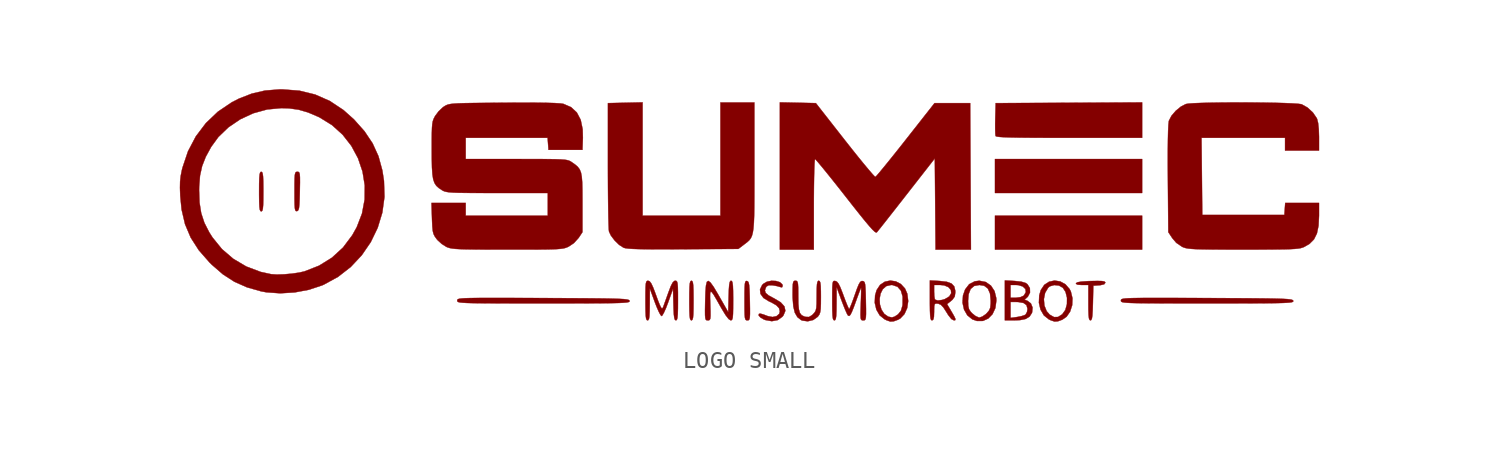
<source format=kicad_sym>
(kicad_symbol_lib
  (version 20220914)
  (generator kicad_symbol_editor)
  (symbol "LOGO SMALL"
    (pin_names
      (offset 1.016))
    (property "Reference" "#G"
      (at 0 10.626 0)
      (effects (font (size 1.27 1.27)) hide))
    (symbol "LOGO SMALL_0_0"
      (polyline (pts (xy 24.892 -0.762) (xy 24.892 0.254) (xy 20.489 0.254) (xy 16.087 0.254) (xy 16.087 -0.762) (xy 16.087 -1.778) (xy 20.489 -1.778) (xy 24.892 -1.778) (xy 24.892 -0.762)) (stroke (width 0.01) (type default)) (fill (type outline)))
      (polyline (pts (xy 24.892 2.625) (xy 24.892 3.641) (xy 20.489 3.641) (xy 16.087 3.641) (xy 16.087 2.625) (xy 16.087 1.609) (xy 20.489 1.609) (xy 24.892 1.609) (xy 24.892 2.625)) (stroke (width 0.01) (type default)) (fill (type outline)))
      (polyline (pts (xy 24.892 5.97) (xy 24.892 7.029) (xy 20.511 7.007) (xy 16.129 6.985) (xy 16.105 6.059) (xy 16.099 5.749) (xy 16.1 5.404) (xy 16.108 5.148) (xy 16.123 5.022) (xy 16.146 5.002) (xy 16.231 4.98) (xy 16.387 4.961) (xy 16.629 4.946) (xy 16.966 4.934) (xy 17.413 4.925) (xy 17.98 4.918) (xy 18.681 4.914) (xy 19.526 4.911) (xy 20.529 4.911) (xy 24.892 4.911) (xy 24.892 5.97)) (stroke (width 0.01) (type default)) (fill (type outline)))
      (polyline (pts (xy -27.793 0.511) (xy -27.747 0.554) (xy -27.717 0.67) (xy -27.698 0.882) (xy -27.689 1.215) (xy -27.686 1.693) (xy -27.686 1.881) (xy -27.691 2.305) (xy -27.703 2.592) (xy -27.726 2.768) (xy -27.762 2.855) (xy -27.813 2.879) (xy -27.833 2.876) (xy -27.878 2.833) (xy -27.909 2.717) (xy -27.928 2.504) (xy -27.938 2.171) (xy -27.94 1.693) (xy -27.94 1.506) (xy -27.935 1.082) (xy -27.923 0.794) (xy -27.9 0.619) (xy -27.864 0.532) (xy -27.813 0.508) (xy -27.793 0.511)) (stroke (width 0.01) (type default)) (fill (type outline)))
      (polyline (pts (xy -2.054 -6.009) (xy -2.009 -5.965) (xy -1.978 -5.849) (xy -1.959 -5.637) (xy -1.95 -5.304) (xy -1.947 -4.826) (xy -1.948 -4.638) (xy -1.952 -4.214) (xy -1.965 -3.927) (xy -1.987 -3.752) (xy -2.023 -3.664) (xy -2.074 -3.641) (xy -2.095 -3.643) (xy -2.14 -3.687) (xy -2.171 -3.803) (xy -2.189 -4.015) (xy -2.199 -4.348) (xy -2.201 -4.826) (xy -2.201 -5.014) (xy -2.196 -5.438) (xy -2.184 -5.725) (xy -2.161 -5.9) (xy -2.126 -5.988) (xy -2.074 -6.011) (xy -2.054 -6.009)) (stroke (width 0.01) (type default)) (fill (type outline)))
      (polyline (pts (xy -25.636 0.538) (xy -25.587 0.593) (xy -25.553 0.712) (xy -25.53 0.921) (xy -25.515 1.247) (xy -25.503 1.716) (xy -25.502 1.809) (xy -25.494 2.246) (xy -25.496 2.544) (xy -25.509 2.73) (xy -25.537 2.83) (xy -25.583 2.871) (xy -25.652 2.879) (xy -25.668 2.878) (xy -25.731 2.865) (xy -25.774 2.812) (xy -25.801 2.694) (xy -25.816 2.484) (xy -25.822 2.158) (xy -25.823 1.687) (xy -25.822 1.248) (xy -25.816 0.91) (xy -25.801 0.694) (xy -25.775 0.574) (xy -25.734 0.526) (xy -25.675 0.524) (xy -25.636 0.538)) (stroke (width 0.01) (type default)) (fill (type outline)))
      (polyline (pts (xy 1.286 -6.011) (xy 1.35 -6) (xy 1.393 -5.95) (xy 1.419 -5.836) (xy 1.429 -5.633) (xy 1.429 -5.312) (xy 1.421 -4.848) (xy 1.413 -4.538) (xy 1.4 -4.161) (xy 1.381 -3.911) (xy 1.351 -3.761) (xy 1.309 -3.685) (xy 1.249 -3.657) (xy 1.194 -3.657) (xy 1.152 -3.701) (xy 1.125 -3.814) (xy 1.109 -4.021) (xy 1.102 -4.348) (xy 1.101 -4.82) (xy 1.101 -4.934) (xy 1.103 -5.371) (xy 1.11 -5.671) (xy 1.127 -5.859) (xy 1.157 -5.961) (xy 1.205 -6.003) (xy 1.272 -6.011) (xy 1.286 -6.011)) (stroke (width 0.01) (type default)) (fill (type outline)))
      (polyline (pts (xy 21.844 -5.993) (xy 21.886 -5.905) (xy 21.914 -5.723) (xy 21.933 -5.421) (xy 21.947 -4.974) (xy 21.971 -3.937) (xy 22.331 -3.911) (xy 22.406 -3.904) (xy 22.622 -3.853) (xy 22.691 -3.76) (xy 22.685 -3.729) (xy 22.627 -3.683) (xy 22.484 -3.659) (xy 22.227 -3.652) (xy 21.83 -3.659) (xy 21.645 -3.665) (xy 21.257 -3.692) (xy 21.024 -3.732) (xy 20.934 -3.789) (xy 20.934 -3.826) (xy 21.035 -3.878) (xy 21.287 -3.895) (xy 21.675 -3.895) (xy 21.675 -4.953) (xy 21.677 -5.383) (xy 21.688 -5.696) (xy 21.71 -5.888) (xy 21.746 -5.985) (xy 21.799 -6.011) (xy 21.844 -5.993)) (stroke (width 0.01) (type default)) (fill (type outline)))
      (polyline (pts (xy 19.851 -6.068) (xy 20.114 -5.972) (xy 20.372 -5.794) (xy 20.584 -5.486) (xy 20.706 -5.104) (xy 20.724 -4.69) (xy 20.627 -4.287) (xy 20.552 -4.139) (xy 20.303 -3.853) (xy 19.992 -3.683) (xy 19.654 -3.631) (xy 19.324 -3.699) (xy 19.037 -3.888) (xy 18.829 -4.199) (xy 18.735 -4.519) (xy 18.726 -4.743) (xy 19.012 -4.743) (xy 19.086 -4.368) (xy 19.271 -4.054) (xy 19.374 -3.973) (xy 19.633 -3.899) (xy 19.916 -3.929) (xy 20.148 -4.062) (xy 20.309 -4.308) (xy 20.398 -4.66) (xy 20.394 -5.039) (xy 20.298 -5.387) (xy 20.112 -5.649) (xy 19.86 -5.809) (xy 19.622 -5.816) (xy 19.36 -5.668) (xy 19.182 -5.467) (xy 19.045 -5.127) (xy 19.012 -4.743) (xy 18.726 -4.743) (xy 18.716 -4.959) (xy 18.812 -5.37) (xy 19.012 -5.713) (xy 19.304 -5.948) (xy 19.441 -6.013) (xy 19.654 -6.082) (xy 19.851 -6.068)) (stroke (width 0.01) (type default)) (fill (type outline)))
      (polyline (pts (xy 10.024 -6.07) (xy 10.284 -5.976) (xy 10.423 -5.899) (xy 10.672 -5.636) (xy 10.834 -5.276) (xy 10.896 -4.858) (xy 10.843 -4.422) (xy 10.706 -4.108) (xy 10.46 -3.84) (xy 10.154 -3.679) (xy 9.822 -3.631) (xy 9.497 -3.699) (xy 9.215 -3.887) (xy 9.008 -4.199) (xy 8.914 -4.519) (xy 8.905 -4.731) (xy 9.184 -4.731) (xy 9.24 -4.416) (xy 9.372 -4.149) (xy 9.582 -3.964) (xy 9.87 -3.895) (xy 9.951 -3.898) (xy 10.254 -4) (xy 10.46 -4.233) (xy 10.563 -4.59) (xy 10.56 -5.061) (xy 10.551 -5.131) (xy 10.463 -5.433) (xy 10.291 -5.649) (xy 10.274 -5.662) (xy 10.081 -5.788) (xy 9.922 -5.836) (xy 9.702 -5.79) (xy 9.463 -5.623) (xy 9.296 -5.368) (xy 9.203 -5.059) (xy 9.184 -4.731) (xy 8.905 -4.731) (xy 8.895 -4.959) (xy 8.991 -5.37) (xy 9.19 -5.713) (xy 9.483 -5.948) (xy 9.609 -6.008) (xy 9.827 -6.082) (xy 10.024 -6.07)) (stroke (width 0.01) (type default)) (fill (type outline)))
      (polyline (pts (xy 15.367 -6.045) (xy 15.685 -5.903) (xy 15.94 -5.641) (xy 16.11 -5.275) (xy 16.171 -4.825) (xy 16.165 -4.681) (xy 16.061 -4.261) (xy 15.845 -3.932) (xy 15.536 -3.717) (xy 15.155 -3.641) (xy 14.879 -3.675) (xy 14.545 -3.847) (xy 14.302 -4.162) (xy 14.174 -4.524) (xy 14.153 -4.844) (xy 14.478 -4.844) (xy 14.511 -4.445) (xy 14.631 -4.133) (xy 14.843 -3.953) (xy 15.155 -3.895) (xy 15.44 -3.941) (xy 15.662 -4.109) (xy 15.791 -4.406) (xy 15.833 -4.844) (xy 15.83 -5.025) (xy 15.803 -5.262) (xy 15.728 -5.43) (xy 15.585 -5.595) (xy 15.535 -5.642) (xy 15.329 -5.785) (xy 15.155 -5.842) (xy 15.116 -5.838) (xy 14.926 -5.753) (xy 14.726 -5.595) (xy 14.637 -5.501) (xy 14.535 -5.343) (xy 14.489 -5.145) (xy 14.478 -4.844) (xy 14.153 -4.844) (xy 14.146 -4.957) (xy 14.236 -5.365) (xy 14.434 -5.71) (xy 14.732 -5.951) (xy 15.01 -6.048) (xy 15.367 -6.045)) (stroke (width 0.01) (type default)) (fill (type outline)))
      (polyline (pts (xy -3.459 -1.759) (xy -2.576 -1.755) (xy 0.733 -1.736) (xy 1.051 -1.493) (xy 1.158 -1.413) (xy 1.286 -1.312) (xy 1.392 -1.213) (xy 1.478 -1.098) (xy 1.546 -0.953) (xy 1.598 -0.762) (xy 1.636 -0.51) (xy 1.662 -0.181) (xy 1.679 0.24) (xy 1.688 0.768) (xy 1.692 1.42) (xy 1.693 2.21) (xy 1.693 3.154) (xy 1.693 7.027) (xy 0.677 7.027) (xy -0.339 7.027) (xy -0.339 3.641) (xy -0.339 0.254) (xy -2.667 0.254) (xy -4.995 0.254) (xy -4.995 3.643) (xy -4.995 7.032) (xy -6.032 7.009) (xy -7.07 6.985) (xy -7.07 3.26) (xy -7.069 2.741) (xy -7.066 1.983) (xy -7.06 1.283) (xy -7.052 0.659) (xy -7.043 0.131) (xy -7.031 -0.283) (xy -7.019 -0.566) (xy -7.005 -0.697) (xy -6.892 -0.936) (xy -6.672 -1.228) (xy -6.404 -1.49) (xy -6.14 -1.661) (xy -6.133 -1.665) (xy -6.024 -1.694) (xy -5.849 -1.717) (xy -5.593 -1.735) (xy -5.24 -1.748) (xy -4.777 -1.756) (xy -4.188 -1.759) (xy -3.459 -1.759)) (stroke (width 0.01) (type default)) (fill (type outline)))
      (polyline (pts (xy 3.089 -5.995) (xy 3.365 -5.798) (xy 3.433 -5.713) (xy 3.546 -5.439) (xy 3.49 -5.178) (xy 3.267 -4.931) (xy 2.874 -4.697) (xy 2.857 -4.689) (xy 2.542 -4.519) (xy 2.369 -4.372) (xy 2.321 -4.224) (xy 2.378 -4.05) (xy 2.424 -3.981) (xy 2.553 -3.91) (xy 2.78 -3.915) (xy 2.806 -3.918) (xy 3.055 -3.963) (xy 3.239 -4.017) (xy 3.344 -4.039) (xy 3.387 -3.949) (xy 3.362 -3.855) (xy 3.219 -3.727) (xy 2.986 -3.655) (xy 2.712 -3.644) (xy 2.444 -3.699) (xy 2.228 -3.825) (xy 2.155 -3.902) (xy 2.028 -4.164) (xy 2.058 -4.428) (xy 2.236 -4.671) (xy 2.556 -4.869) (xy 2.721 -4.944) (xy 3.012 -5.114) (xy 3.17 -5.284) (xy 3.217 -5.476) (xy 3.179 -5.621) (xy 3.019 -5.76) (xy 2.777 -5.812) (xy 2.498 -5.758) (xy 2.224 -5.655) (xy 2.049 -5.608) (xy 1.968 -5.622) (xy 1.947 -5.696) (xy 1.955 -5.727) (xy 2.065 -5.846) (xy 2.265 -5.96) (xy 2.346 -5.991) (xy 2.736 -6.061) (xy 3.089 -5.995)) (stroke (width 0.01) (type default)) (fill (type outline)))
      (polyline (pts (xy -1.043 -6.009) (xy -0.982 -5.985) (xy -0.946 -5.909) (xy -0.931 -5.752) (xy -0.932 -5.484) (xy -0.945 -5.077) (xy -0.947 -5.023) (xy -0.958 -4.649) (xy -0.956 -4.406) (xy -0.927 -4.294) (xy -0.86 -4.318) (xy -0.743 -4.48) (xy -0.565 -4.782) (xy -0.314 -5.228) (xy -0.273 -5.299) (xy -0.032 -5.695) (xy 0.151 -5.932) (xy 0.275 -6.011) (xy 0.326 -6.002) (xy 0.369 -5.952) (xy 0.398 -5.835) (xy 0.414 -5.625) (xy 0.421 -5.297) (xy 0.423 -4.826) (xy 0.423 -4.677) (xy 0.419 -4.24) (xy 0.407 -3.942) (xy 0.384 -3.759) (xy 0.349 -3.666) (xy 0.299 -3.641) (xy 0.267 -3.648) (xy 0.22 -3.717) (xy 0.187 -3.878) (xy 0.166 -4.157) (xy 0.151 -4.579) (xy 0.127 -5.518) (xy -0.411 -4.575) (xy -0.505 -4.411) (xy -0.748 -4.005) (xy -0.93 -3.751) (xy -1.061 -3.65) (xy -1.149 -3.707) (xy -1.203 -3.923) (xy -1.234 -4.303) (xy -1.251 -4.848) (xy -1.254 -4.997) (xy -1.261 -5.417) (xy -1.259 -5.701) (xy -1.245 -5.876) (xy -1.215 -5.969) (xy -1.166 -6.005) (xy -1.094 -6.011) (xy -1.043 -6.009)) (stroke (width 0.01) (type default)) (fill (type outline)))
      (polyline (pts (xy 5.216 -5.988) (xy 5.482 -5.798) (xy 5.506 -5.769) (xy 5.582 -5.659) (xy 5.63 -5.524) (xy 5.658 -5.328) (xy 5.67 -5.035) (xy 5.673 -4.61) (xy 5.671 -4.269) (xy 5.661 -3.955) (xy 5.639 -3.763) (xy 5.601 -3.667) (xy 5.546 -3.641) (xy 5.512 -3.648) (xy 5.465 -3.711) (xy 5.437 -3.861) (xy 5.423 -4.127) (xy 5.419 -4.534) (xy 5.418 -4.657) (xy 5.414 -5.02) (xy 5.398 -5.262) (xy 5.362 -5.421) (xy 5.299 -5.535) (xy 5.203 -5.642) (xy 5.143 -5.699) (xy 4.958 -5.81) (xy 4.758 -5.803) (xy 4.673 -5.779) (xy 4.518 -5.702) (xy 4.416 -5.569) (xy 4.355 -5.353) (xy 4.325 -5.024) (xy 4.318 -4.556) (xy 4.318 -4.405) (xy 4.314 -4.051) (xy 4.3 -3.827) (xy 4.272 -3.704) (xy 4.223 -3.652) (xy 4.149 -3.641) (xy 4.146 -3.641) (xy 4.069 -3.653) (xy 4.02 -3.711) (xy 3.993 -3.845) (xy 3.982 -4.087) (xy 3.979 -4.466) (xy 3.982 -4.66) (xy 4.021 -5.175) (xy 4.113 -5.554) (xy 4.266 -5.819) (xy 4.487 -5.992) (xy 4.558 -6.023) (xy 4.885 -6.068) (xy 5.216 -5.988)) (stroke (width 0.01) (type default)) (fill (type outline)))
      (polyline (pts (xy 17.59 -5.996) (xy 17.928 -5.926) (xy 18.154 -5.789) (xy 18.294 -5.573) (xy 18.309 -5.535) (xy 18.337 -5.248) (xy 18.238 -4.999) (xy 18.03 -4.841) (xy 17.855 -4.776) (xy 18.029 -4.619) (xy 18.057 -4.591) (xy 18.184 -4.349) (xy 18.174 -4.08) (xy 18.028 -3.847) (xy 17.909 -3.769) (xy 17.654 -3.695) (xy 17.266 -3.655) (xy 16.679 -3.622) (xy 16.679 -4.657) (xy 17.018 -4.657) (xy 17.018 -4.276) (xy 17.018 -3.895) (xy 17.351 -3.895) (xy 17.48 -3.902) (xy 17.747 -3.983) (xy 17.906 -4.132) (xy 17.936 -4.321) (xy 17.816 -4.524) (xy 17.803 -4.536) (xy 17.613 -4.622) (xy 17.351 -4.657) (xy 17.018 -4.657) (xy 16.679 -4.657) (xy 16.679 -4.816) (xy 16.679 -5.865) (xy 17.018 -5.865) (xy 17.018 -5.388) (xy 17.018 -4.911) (xy 17.362 -4.911) (xy 17.473 -4.913) (xy 17.793 -4.969) (xy 17.976 -5.104) (xy 18.034 -5.327) (xy 18.004 -5.512) (xy 17.92 -5.662) (xy 17.872 -5.691) (xy 17.673 -5.759) (xy 17.412 -5.811) (xy 17.018 -5.865) (xy 16.679 -5.865) (xy 16.679 -6.011) (xy 17.226 -6.011) (xy 17.59 -5.996)) (stroke (width 0.01) (type default)) (fill (type outline)))
      (polyline (pts (xy -10.1 -4.995) (xy -9.154 -4.995) (xy -8.355 -4.993) (xy -7.692 -4.99) (xy -7.152 -4.986) (xy -6.723 -4.979) (xy -6.391 -4.97) (xy -6.146 -4.958) (xy -5.974 -4.944) (xy -5.863 -4.926) (xy -5.801 -4.904) (xy -5.775 -4.878) (xy -5.774 -4.847) (xy -5.78 -4.828) (xy -5.807 -4.8) (xy -5.866 -4.776) (xy -5.969 -4.756) (xy -6.129 -4.739) (xy -6.357 -4.726) (xy -6.667 -4.715) (xy -7.072 -4.705) (xy -7.583 -4.698) (xy -8.213 -4.692) (xy -8.975 -4.687) (xy -9.881 -4.682) (xy -10.944 -4.677) (xy -11.373 -4.675) (xy -12.372 -4.671) (xy -13.218 -4.669) (xy -13.925 -4.668) (xy -14.505 -4.668) (xy -14.971 -4.672) (xy -15.335 -4.678) (xy -15.61 -4.686) (xy -15.807 -4.699) (xy -15.941 -4.715) (xy -16.024 -4.736) (xy -16.067 -4.761) (xy -16.084 -4.79) (xy -16.087 -4.825) (xy -16.086 -4.84) (xy -16.079 -4.873) (xy -16.053 -4.901) (xy -15.995 -4.924) (xy -15.892 -4.943) (xy -15.733 -4.958) (xy -15.505 -4.971) (xy -15.195 -4.98) (xy -14.79 -4.986) (xy -14.279 -4.99) (xy -13.648 -4.993) (xy -12.886 -4.995) (xy -11.979 -4.995) (xy -10.916 -4.995) (xy -10.1 -4.995)) (stroke (width 0.01) (type default)) (fill (type outline)))
      (polyline (pts (xy 29.608 -4.995) (xy 30.555 -4.995) (xy 31.353 -4.993) (xy 32.016 -4.99) (xy 32.556 -4.986) (xy 32.986 -4.979) (xy 33.318 -4.97) (xy 33.563 -4.958) (xy 33.735 -4.944) (xy 33.846 -4.926) (xy 33.908 -4.904) (xy 33.934 -4.878) (xy 33.935 -4.847) (xy 33.929 -4.828) (xy 33.901 -4.8) (xy 33.842 -4.776) (xy 33.739 -4.756) (xy 33.58 -4.739) (xy 33.352 -4.726) (xy 33.041 -4.715) (xy 32.637 -4.705) (xy 32.126 -4.698) (xy 31.496 -4.692) (xy 30.734 -4.687) (xy 29.827 -4.682) (xy 28.764 -4.677) (xy 28.335 -4.675) (xy 27.337 -4.671) (xy 26.491 -4.669) (xy 25.784 -4.668) (xy 25.204 -4.668) (xy 24.738 -4.672) (xy 24.374 -4.678) (xy 24.099 -4.686) (xy 23.901 -4.699) (xy 23.767 -4.715) (xy 23.685 -4.736) (xy 23.642 -4.761) (xy 23.625 -4.79) (xy 23.622 -4.825) (xy 23.622 -4.84) (xy 23.629 -4.873) (xy 23.656 -4.901) (xy 23.714 -4.924) (xy 23.816 -4.943) (xy 23.975 -4.958) (xy 24.204 -4.971) (xy 24.514 -4.98) (xy 24.919 -4.986) (xy 25.43 -4.99) (xy 26.06 -4.993) (xy 26.823 -4.995) (xy 27.729 -4.995) (xy 28.793 -4.995) (xy 29.608 -4.995)) (stroke (width 0.01) (type default)) (fill (type outline)))
      (polyline (pts (xy 13.637 -6.011) (xy 13.713 -5.996) (xy 13.722 -5.93) (xy 13.656 -5.783) (xy 13.508 -5.524) (xy 13.22 -5.038) (xy 13.468 -4.841) (xy 13.542 -4.778) (xy 13.68 -4.586) (xy 13.716 -4.325) (xy 13.713 -4.242) (xy 13.651 -3.983) (xy 13.489 -3.809) (xy 13.205 -3.705) (xy 12.778 -3.655) (xy 12.192 -3.622) (xy 12.192 -3.895) (xy 12.446 -3.895) (xy 12.821 -3.895) (xy 13.047 -3.917) (xy 13.305 -4.025) (xy 13.449 -4.193) (xy 13.469 -4.388) (xy 13.354 -4.58) (xy 13.095 -4.736) (xy 12.924 -4.79) (xy 12.664 -4.823) (xy 12.502 -4.77) (xy 12.484 -4.729) (xy 12.457 -4.555) (xy 12.446 -4.304) (xy 12.446 -3.895) (xy 12.192 -3.895) (xy 12.192 -4.816) (xy 12.192 -5.017) (xy 12.197 -5.44) (xy 12.21 -5.726) (xy 12.232 -5.901) (xy 12.268 -5.988) (xy 12.319 -6.011) (xy 12.336 -6.01) (xy 12.402 -5.955) (xy 12.436 -5.795) (xy 12.446 -5.498) (xy 12.446 -5.423) (xy 12.452 -5.172) (xy 12.48 -5.045) (xy 12.548 -5.004) (xy 12.674 -5.011) (xy 12.699 -5.014) (xy 12.851 -5.08) (xy 13.003 -5.239) (xy 13.186 -5.524) (xy 13.289 -5.691) (xy 13.48 -5.932) (xy 13.633 -6.011) (xy 13.637 -6.011)) (stroke (width 0.01) (type default)) (fill (type outline)))
      (polyline (pts (xy 5.249 0.931) (xy 5.25 1.314) (xy 5.255 1.942) (xy 5.263 2.5) (xy 5.274 2.969) (xy 5.288 3.329) (xy 5.304 3.559) (xy 5.321 3.641) (xy 5.362 3.605) (xy 5.497 3.452) (xy 5.715 3.192) (xy 6.002 2.84) (xy 6.346 2.413) (xy 6.734 1.924) (xy 7.154 1.391) (xy 7.592 0.832) (xy 8 0.318) (xy 8.324 -0.082) (xy 8.574 -0.378) (xy 8.758 -0.582) (xy 8.887 -0.704) (xy 8.97 -0.755) (xy 9.017 -0.747) (xy 9.047 -0.71) (xy 9.176 -0.55) (xy 9.388 -0.283) (xy 9.67 0.075) (xy 10.009 0.506) (xy 10.391 0.994) (xy 10.804 1.522) (xy 12.488 3.678) (xy 12.511 0.95) (xy 12.533 -1.778) (xy 13.591 -1.778) (xy 14.649 -1.778) (xy 14.627 2.603) (xy 14.605 6.985) (xy 13.538 6.985) (xy 12.471 6.985) (xy 10.744 4.789) (xy 10.468 4.439) (xy 10.07 3.939) (xy 9.712 3.493) (xy 9.406 3.118) (xy 9.165 2.828) (xy 9.003 2.64) (xy 8.932 2.571) (xy 8.893 2.598) (xy 8.758 2.741) (xy 8.542 2.992) (xy 8.255 3.335) (xy 7.913 3.755) (xy 7.527 4.237) (xy 7.109 4.766) (xy 5.371 6.985) (xy 4.294 7.009) (xy 3.217 7.032) (xy 3.217 2.627) (xy 3.217 -1.778) (xy 4.233 -1.778) (xy 5.249 -1.778) (xy 5.249 0.931)) (stroke (width 0.01) (type default)) (fill (type outline)))
      (polyline (pts (xy -2.987 -6.01) (xy -2.942 -5.968) (xy -2.91 -5.853) (xy -2.891 -5.64) (xy -2.881 -5.306) (xy -2.879 -4.826) (xy -2.879 -4.803) (xy -2.88 -4.34) (xy -2.887 -4.019) (xy -2.903 -3.815) (xy -2.932 -3.701) (xy -2.976 -3.651) (xy -3.039 -3.641) (xy -3.099 -3.654) (xy -3.196 -3.748) (xy -3.303 -3.954) (xy -3.435 -4.297) (xy -3.461 -4.369) (xy -3.58 -4.702) (xy -3.682 -4.985) (xy -3.746 -5.165) (xy -3.788 -5.264) (xy -3.834 -5.3) (xy -3.89 -5.246) (xy -3.969 -5.086) (xy -4.082 -4.801) (xy -4.238 -4.373) (xy -4.363 -4.045) (xy -4.476 -3.803) (xy -4.571 -3.677) (xy -4.665 -3.641) (xy -4.668 -3.641) (xy -4.731 -3.653) (xy -4.775 -3.704) (xy -4.803 -3.821) (xy -4.818 -4.03) (xy -4.825 -4.356) (xy -4.826 -4.826) (xy -4.826 -5.014) (xy -4.821 -5.438) (xy -4.809 -5.725) (xy -4.786 -5.9) (xy -4.75 -5.988) (xy -4.699 -6.011) (xy -4.657 -5.999) (xy -4.614 -5.925) (xy -4.587 -5.761) (xy -4.573 -5.481) (xy -4.567 -5.059) (xy -4.562 -4.106) (xy -4.261 -4.932) (xy -4.163 -5.186) (xy -4.035 -5.481) (xy -3.928 -5.683) (xy -3.859 -5.757) (xy -3.815 -5.719) (xy -3.719 -5.551) (xy -3.597 -5.279) (xy -3.467 -4.938) (xy -3.175 -4.119) (xy -3.151 -5.065) (xy -3.144 -5.315) (xy -3.126 -5.658) (xy -3.099 -5.872) (xy -3.059 -5.981) (xy -3.003 -6.011) (xy -2.987 -6.01)) (stroke (width 0.01) (type default)) (fill (type outline)))
      (polyline (pts (xy 8.229 -6.011) (xy 8.294 -5.999) (xy 8.337 -5.949) (xy 8.362 -5.835) (xy 8.373 -5.631) (xy 8.372 -5.311) (xy 8.363 -4.847) (xy 8.363 -4.826) (xy 8.352 -4.367) (xy 8.338 -4.05) (xy 8.317 -3.847) (xy 8.285 -3.732) (xy 8.236 -3.678) (xy 8.167 -3.658) (xy 8.101 -3.661) (xy 8.023 -3.716) (xy 7.94 -3.854) (xy 7.838 -4.101) (xy 7.702 -4.484) (xy 7.604 -4.76) (xy 7.492 -5.057) (xy 7.407 -5.259) (xy 7.363 -5.334) (xy 7.334 -5.293) (xy 7.256 -5.123) (xy 7.146 -4.85) (xy 7.018 -4.508) (xy 6.965 -4.364) (xy 6.831 -4.025) (xy 6.725 -3.812) (xy 6.631 -3.698) (xy 6.535 -3.656) (xy 6.502 -3.652) (xy 6.438 -3.656) (xy 6.396 -3.703) (xy 6.37 -3.817) (xy 6.356 -4.025) (xy 6.351 -4.351) (xy 6.35 -4.82) (xy 6.35 -5.016) (xy 6.355 -5.439) (xy 6.367 -5.726) (xy 6.39 -5.901) (xy 6.426 -5.988) (xy 6.477 -6.011) (xy 6.524 -5.994) (xy 6.564 -5.912) (xy 6.59 -5.74) (xy 6.603 -5.45) (xy 6.608 -5.016) (xy 6.613 -4.022) (xy 6.908 -4.825) (xy 6.995 -5.054) (xy 7.121 -5.369) (xy 7.225 -5.602) (xy 7.288 -5.714) (xy 7.312 -5.734) (xy 7.372 -5.746) (xy 7.438 -5.68) (xy 7.522 -5.516) (xy 7.636 -5.232) (xy 7.791 -4.808) (xy 7.857 -4.625) (xy 7.964 -4.337) (xy 8.042 -4.138) (xy 8.077 -4.064) (xy 8.082 -4.134) (xy 8.08 -4.342) (xy 8.072 -4.654) (xy 8.059 -5.038) (xy 8.047 -5.363) (xy 8.041 -5.673) (xy 8.049 -5.864) (xy 8.076 -5.965) (xy 8.127 -6.005) (xy 8.204 -6.011) (xy 8.229 -6.011)) (stroke (width 0.01) (type default)) (fill (type outline)))
      (polyline (pts (xy 31.645 -1.774) (xy 32.362 -1.772) (xy 32.942 -1.768) (xy 33.401 -1.762) (xy 33.756 -1.751) (xy 34.025 -1.736) (xy 34.225 -1.716) (xy 34.374 -1.691) (xy 34.489 -1.658) (xy 34.586 -1.619) (xy 34.907 -1.433) (xy 35.173 -1.166) (xy 35.349 -0.812) (xy 35.446 -0.348) (xy 35.475 0.251) (xy 35.475 1.016) (xy 34.464 1.016) (xy 33.453 1.016) (xy 33.427 0.656) (xy 33.401 0.296) (xy 30.946 0.296) (xy 28.49 0.296) (xy 28.468 2.603) (xy 28.445 4.911) (xy 30.944 4.911) (xy 33.443 4.911) (xy 33.443 4.53) (xy 33.443 4.149) (xy 34.459 4.149) (xy 35.475 4.149) (xy 35.475 4.956) (xy 35.475 4.979) (xy 35.46 5.43) (xy 35.42 5.797) (xy 35.36 6.038) (xy 35.339 6.086) (xy 35.109 6.423) (xy 34.787 6.72) (xy 34.438 6.915) (xy 34.408 6.923) (xy 34.203 6.949) (xy 33.858 6.971) (xy 33.399 6.99) (xy 32.848 7.005) (xy 32.23 7.016) (xy 31.567 7.023) (xy 30.883 7.026) (xy 30.203 7.025) (xy 29.549 7.02) (xy 28.946 7.011) (xy 28.416 6.997) (xy 27.985 6.98) (xy 27.674 6.958) (xy 27.508 6.931) (xy 27.215 6.781) (xy 26.903 6.526) (xy 26.645 6.224) (xy 26.493 5.928) (xy 26.488 5.904) (xy 26.465 5.694) (xy 26.447 5.326) (xy 26.435 4.808) (xy 26.428 4.15) (xy 26.427 3.361) (xy 26.432 2.449) (xy 26.458 -0.732) (xy 26.697 -1.093) (xy 26.934 -1.371) (xy 27.289 -1.613) (xy 27.385 -1.653) (xy 27.498 -1.687) (xy 27.64 -1.713) (xy 27.831 -1.734) (xy 28.086 -1.75) (xy 28.424 -1.76) (xy 28.861 -1.768) (xy 29.416 -1.772) (xy 30.105 -1.774) (xy 30.946 -1.774) (xy 31.645 -1.774)) (stroke (width 0.01) (type default)) (fill (type outline)))
      (polyline (pts (xy -25.81 -4.339) (xy -24.959 -4.18) (xy -24.177 -3.921) (xy -24.069 -3.874) (xy -23.215 -3.407) (xy -22.455 -2.815) (xy -21.799 -2.116) (xy -21.259 -1.33) (xy -20.845 -0.473) (xy -20.568 0.435) (xy -20.439 1.377) (xy -20.469 2.335) (xy -20.566 2.96) (xy -20.798 3.808) (xy -21.148 4.577) (xy -21.632 5.301) (xy -22.267 6.014) (xy -22.892 6.571) (xy -23.71 7.114) (xy -24.587 7.5) (xy -25.529 7.73) (xy -26.543 7.808) (xy -26.738 7.806) (xy -27.589 7.737) (xy -28.373 7.556) (xy -29.152 7.252) (xy -29.575 7.035) (xy -30.405 6.474) (xy -31.124 5.79) (xy -31.724 4.997) (xy -32.193 4.106) (xy -32.523 3.127) (xy -32.562 2.971) (xy -32.63 2.628) (xy -32.666 2.3) (xy -32.674 1.924) (xy -32.669 1.778) (xy -31.531 1.778) (xy -31.527 1.999) (xy -31.475 2.65) (xy -31.349 3.22) (xy -31.133 3.772) (xy -30.808 4.368) (xy -30.379 4.957) (xy -29.774 5.539) (xy -29.068 6.018) (xy -28.287 6.379) (xy -27.459 6.607) (xy -26.611 6.687) (xy -26.15 6.673) (xy -25.575 6.593) (xy -25.011 6.429) (xy -24.393 6.165) (xy -24.32 6.129) (xy -23.577 5.67) (xy -22.942 5.096) (xy -22.421 4.429) (xy -22.022 3.688) (xy -21.752 2.892) (xy -21.618 2.063) (xy -21.626 1.218) (xy -21.783 0.38) (xy -22.097 -0.434) (xy -22.365 -0.915) (xy -22.919 -1.653) (xy -23.583 -2.261) (xy -24.351 -2.738) (xy -25.222 -3.08) (xy -25.538 -3.152) (xy -25.979 -3.216) (xy -26.449 -3.257) (xy -26.885 -3.27) (xy -27.22 -3.248) (xy -27.848 -3.112) (xy -28.702 -2.791) (xy -29.48 -2.332) (xy -30.162 -1.748) (xy -30.727 -1.053) (xy -30.921 -0.748) (xy -31.214 -0.176) (xy -31.404 0.402) (xy -31.505 1.036) (xy -31.531 1.778) (xy -32.669 1.778) (xy -32.658 1.442) (xy -32.578 0.622) (xy -32.371 -0.259) (xy -32.031 -1.062) (xy -31.547 -1.816) (xy -30.905 -2.549) (xy -30.769 -2.683) (xy -30.099 -3.263) (xy -29.412 -3.705) (xy -28.664 -4.035) (xy -27.813 -4.276) (xy -27.494 -4.334) (xy -26.673 -4.392) (xy -25.81 -4.339)) (stroke (width 0.01) (type default)) (fill (type outline)))
      (polyline (pts (xy -11.942 -1.776) (xy -11.318 -1.774) (xy -10.82 -1.77) (xy -10.432 -1.762) (xy -10.136 -1.75) (xy -9.914 -1.733) (xy -9.748 -1.71) (xy -9.623 -1.681) (xy -9.519 -1.644) (xy -9.419 -1.598) (xy -9.105 -1.389) (xy -8.821 -1.075) (xy -8.594 -0.732) (xy -8.594 1.024) (xy -8.594 1.181) (xy -8.597 1.779) (xy -8.608 2.238) (xy -8.635 2.582) (xy -8.684 2.837) (xy -8.762 3.026) (xy -8.874 3.175) (xy -9.027 3.308) (xy -9.228 3.45) (xy -9.25 3.465) (xy -9.326 3.512) (xy -9.411 3.55) (xy -9.522 3.58) (xy -9.678 3.602) (xy -9.896 3.618) (xy -10.194 3.629) (xy -10.589 3.636) (xy -11.101 3.639) (xy -11.746 3.64) (xy -12.543 3.641) (xy -15.579 3.641) (xy -15.579 4.276) (xy -15.579 4.911) (xy -13.128 4.911) (xy -10.678 4.911) (xy -10.652 4.551) (xy -10.626 4.191) (xy -9.61 4.191) (xy -8.594 4.191) (xy -8.569 4.91) (xy -8.582 5.422) (xy -8.699 5.985) (xy -8.93 6.425) (xy -9.275 6.744) (xy -9.737 6.943) (xy -9.912 6.968) (xy -10.264 6.99) (xy -10.781 7.005) (xy -11.464 7.013) (xy -12.309 7.015) (xy -13.316 7.01) (xy -13.883 7.005) (xy -14.605 6.999) (xy -15.187 6.992) (xy -15.645 6.984) (xy -15.998 6.973) (xy -16.263 6.958) (xy -16.457 6.938) (xy -16.597 6.912) (xy -16.701 6.879) (xy -16.787 6.838) (xy -16.871 6.787) (xy -16.952 6.73) (xy -17.199 6.496) (xy -17.4 6.229) (xy -17.439 6.161) (xy -17.501 6.038) (xy -17.546 5.907) (xy -17.577 5.74) (xy -17.596 5.511) (xy -17.606 5.193) (xy -17.61 4.76) (xy -17.61 4.184) (xy -17.608 3.671) (xy -17.598 3.14) (xy -17.571 2.735) (xy -17.524 2.433) (xy -17.448 2.211) (xy -17.34 2.043) (xy -17.192 1.907) (xy -16.998 1.778) (xy -16.935 1.742) (xy -16.847 1.704) (xy -16.732 1.675) (xy -16.574 1.652) (xy -16.353 1.635) (xy -16.053 1.623) (xy -15.655 1.616) (xy -15.141 1.611) (xy -14.494 1.609) (xy -13.695 1.609) (xy -10.668 1.609) (xy -10.668 0.931) (xy -10.668 0.254) (xy -13.123 0.254) (xy -15.579 0.254) (xy -15.579 0.635) (xy -15.579 1.016) (xy -16.602 1.016) (xy -17.626 1.016) (xy -17.597 0.099) (xy -17.593 -0.022) (xy -17.576 -0.397) (xy -17.55 -0.655) (xy -17.506 -0.837) (xy -17.433 -0.984) (xy -17.324 -1.138) (xy -17.267 -1.207) (xy -17.008 -1.443) (xy -16.732 -1.616) (xy -16.646 -1.651) (xy -16.534 -1.685) (xy -16.392 -1.712) (xy -16.202 -1.734) (xy -15.947 -1.749) (xy -15.609 -1.761) (xy -15.172 -1.768) (xy -14.617 -1.773) (xy -13.928 -1.775) (xy -13.087 -1.776) (xy -12.711 -1.776) (xy -11.942 -1.776)) (stroke (width 0.01) (type default)) (fill (type outline))))))
</source>
